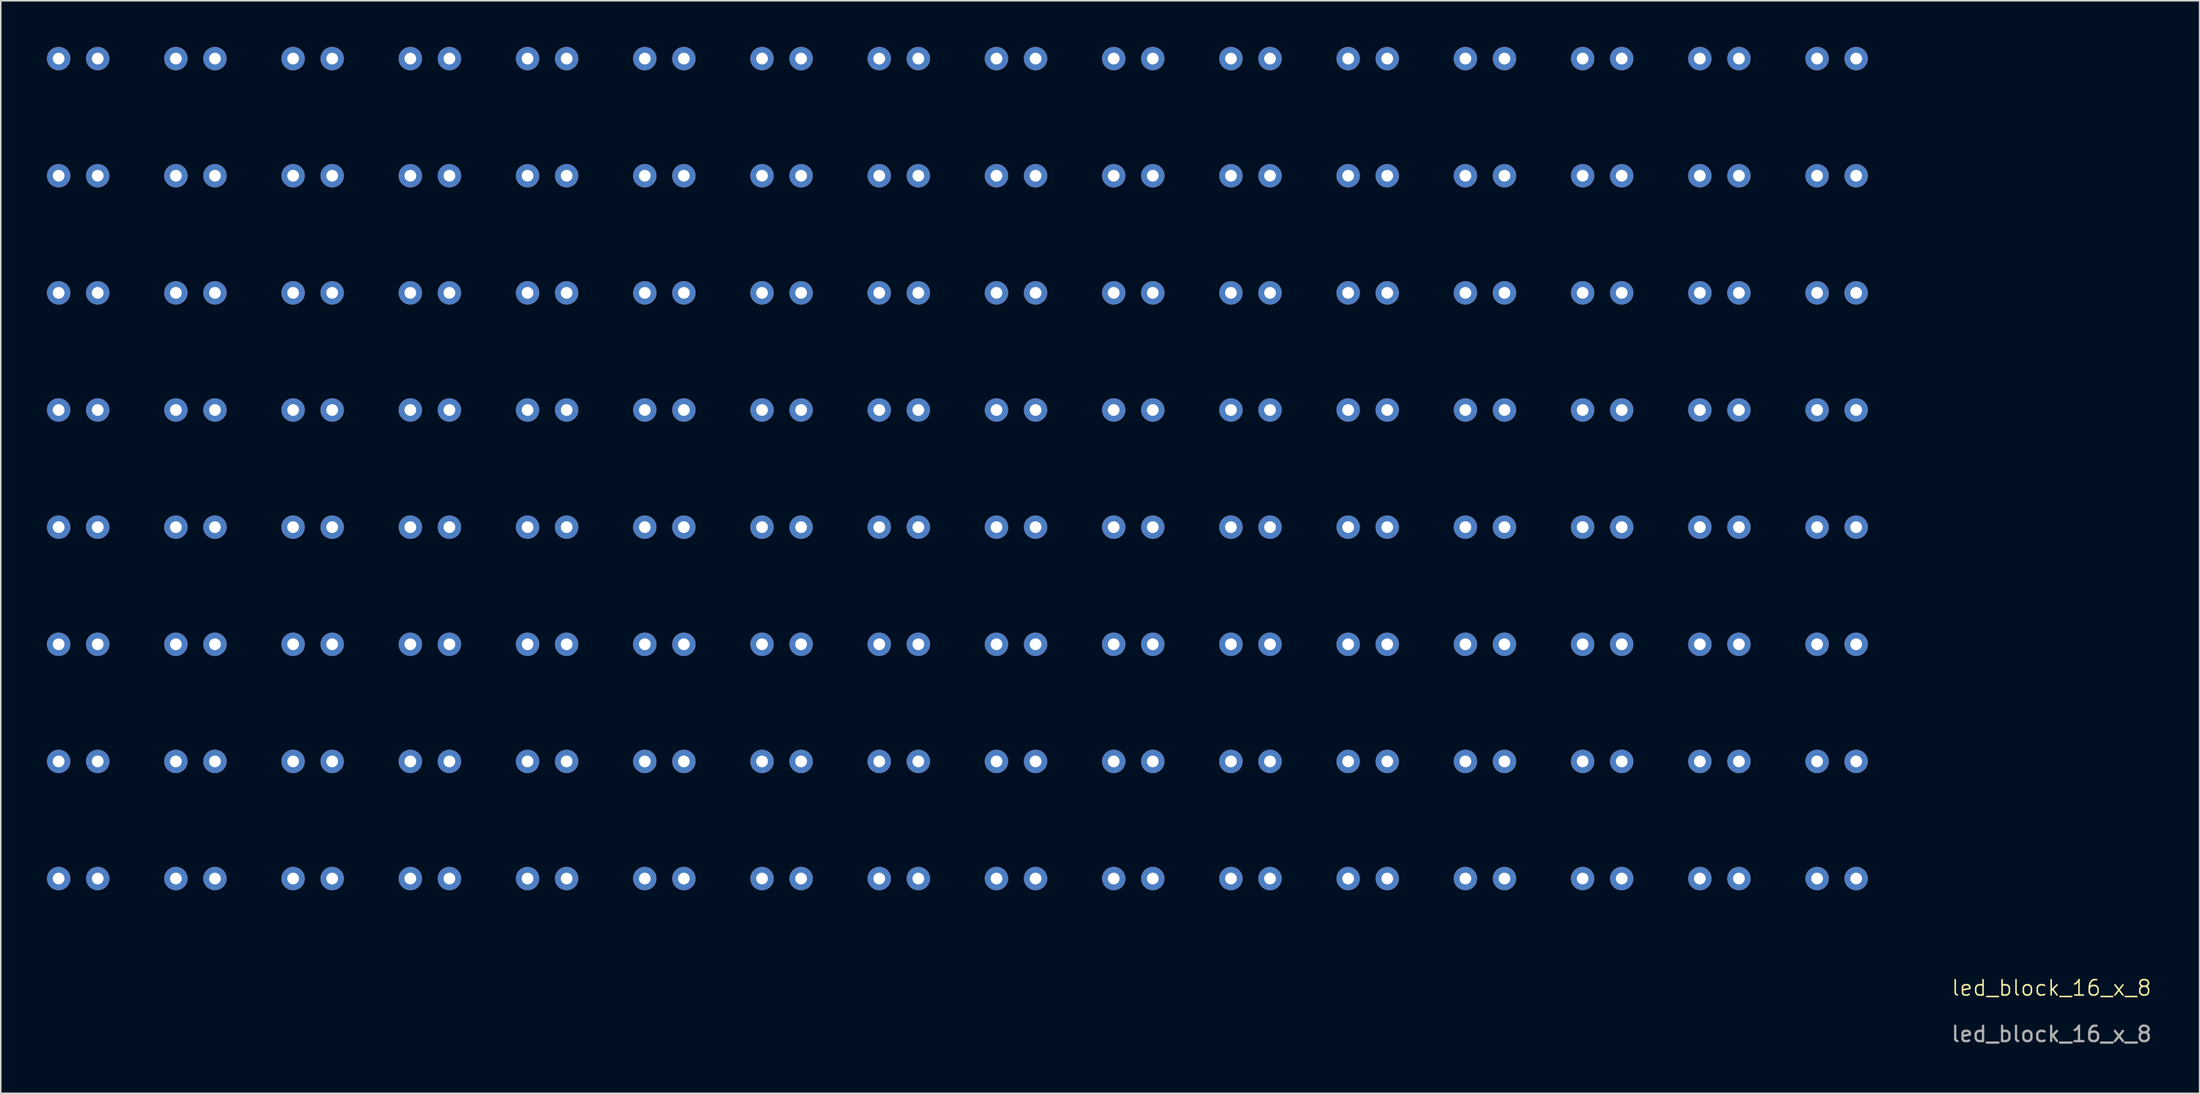
<source format=kicad_pcb>
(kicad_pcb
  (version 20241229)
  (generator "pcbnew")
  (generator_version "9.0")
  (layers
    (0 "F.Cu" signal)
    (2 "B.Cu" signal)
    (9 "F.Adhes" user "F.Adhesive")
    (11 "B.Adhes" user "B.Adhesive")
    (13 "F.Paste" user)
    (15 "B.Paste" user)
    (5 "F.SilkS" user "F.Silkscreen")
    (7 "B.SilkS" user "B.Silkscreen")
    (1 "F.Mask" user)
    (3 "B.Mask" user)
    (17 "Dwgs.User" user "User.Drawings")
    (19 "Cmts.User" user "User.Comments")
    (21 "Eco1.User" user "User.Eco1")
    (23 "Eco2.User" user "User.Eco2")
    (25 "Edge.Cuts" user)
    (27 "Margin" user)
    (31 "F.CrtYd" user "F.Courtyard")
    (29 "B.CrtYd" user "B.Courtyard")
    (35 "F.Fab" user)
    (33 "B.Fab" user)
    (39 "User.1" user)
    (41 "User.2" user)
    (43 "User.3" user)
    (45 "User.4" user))
  (footprint "led_block_16_x_8"
    (layer "F.Cu")
    (at 130.302 61.722)
    (property "Reference" "led_block_16_x_8" (at 0 -0.5 0) (unlocked yes) (layer "F.SilkS") (effects (font (size 1 1) (thickness 0.1))))
    (attr through_hole)
    (fp_text user "${REFERENCE}" (at 0 2.5 0) (unlocked yes) (layer "F.Fab") (effects (font (size 1 1) (thickness 0.15))))
    (pad "1" thru_hole circle (at -129.54 -60.96) (size 1.524 1.524) (drill 0.762) (layers "*.Cu" "*.Mask"))
    (pad "1" thru_hole circle (at -129.54 -53.34) (size 1.524 1.524) (drill 0.762) (layers "*.Cu" "*.Mask"))
    (pad "1" thru_hole circle (at -129.54 -45.72) (size 1.524 1.524) (drill 0.762) (layers "*.Cu" "*.Mask"))
    (pad "1" thru_hole circle (at -129.54 -38.1) (size 1.524 1.524) (drill 0.762) (layers "*.Cu" "*.Mask"))
    (pad "1" thru_hole circle (at -129.54 -30.48) (size 1.524 1.524) (drill 0.762) (layers "*.Cu" "*.Mask"))
    (pad "1" thru_hole circle (at -129.54 -22.86) (size 1.524 1.524) (drill 0.762) (layers "*.Cu" "*.Mask"))
    (pad "1" thru_hole circle (at -129.54 -15.24) (size 1.524 1.524) (drill 0.762) (layers "*.Cu" "*.Mask"))
    (pad "1" thru_hole circle (at -129.54 -7.62) (size 1.524 1.524) (drill 0.762) (layers "*.Cu" "*.Mask"))
    (pad "2" thru_hole circle (at -121.92 -60.96) (size 1.524 1.524) (drill 0.762) (layers "*.Cu" "*.Mask"))
    (pad "2" thru_hole circle (at -121.92 -53.34) (size 1.524 1.524) (drill 0.762) (layers "*.Cu" "*.Mask"))
    (pad "2" thru_hole circle (at -121.92 -45.72) (size 1.524 1.524) (drill 0.762) (layers "*.Cu" "*.Mask"))
    (pad "2" thru_hole circle (at -121.92 -38.1) (size 1.524 1.524) (drill 0.762) (layers "*.Cu" "*.Mask"))
    (pad "2" thru_hole circle (at -121.92 -30.48) (size 1.524 1.524) (drill 0.762) (layers "*.Cu" "*.Mask"))
    (pad "2" thru_hole circle (at -121.92 -22.86) (size 1.524 1.524) (drill 0.762) (layers "*.Cu" "*.Mask"))
    (pad "2" thru_hole circle (at -121.92 -15.24) (size 1.524 1.524) (drill 0.762) (layers "*.Cu" "*.Mask"))
    (pad "2" thru_hole circle (at -121.92 -7.62) (size 1.524 1.524) (drill 0.762) (layers "*.Cu" "*.Mask"))
    (pad "3" thru_hole circle (at -114.3 -60.96) (size 1.524 1.524) (drill 0.762) (layers "*.Cu" "*.Mask"))
    (pad "3" thru_hole circle (at -114.3 -53.34) (size 1.524 1.524) (drill 0.762) (layers "*.Cu" "*.Mask"))
    (pad "3" thru_hole circle (at -114.3 -45.72) (size 1.524 1.524) (drill 0.762) (layers "*.Cu" "*.Mask"))
    (pad "3" thru_hole circle (at -114.3 -38.1) (size 1.524 1.524) (drill 0.762) (layers "*.Cu" "*.Mask"))
    (pad "3" thru_hole circle (at -114.3 -30.48) (size 1.524 1.524) (drill 0.762) (layers "*.Cu" "*.Mask"))
    (pad "3" thru_hole circle (at -114.3 -22.86) (size 1.524 1.524) (drill 0.762) (layers "*.Cu" "*.Mask"))
    (pad "3" thru_hole circle (at -114.3 -15.24) (size 1.524 1.524) (drill 0.762) (layers "*.Cu" "*.Mask"))
    (pad "3" thru_hole circle (at -114.3 -7.62) (size 1.524 1.524) (drill 0.762) (layers "*.Cu" "*.Mask"))
    (pad "4" thru_hole circle (at -106.68 -60.96) (size 1.524 1.524) (drill 0.762) (layers "*.Cu" "*.Mask"))
    (pad "4" thru_hole circle (at -106.68 -53.34) (size 1.524 1.524) (drill 0.762) (layers "*.Cu" "*.Mask"))
    (pad "4" thru_hole circle (at -106.68 -45.72) (size 1.524 1.524) (drill 0.762) (layers "*.Cu" "*.Mask"))
    (pad "4" thru_hole circle (at -106.68 -38.1) (size 1.524 1.524) (drill 0.762) (layers "*.Cu" "*.Mask"))
    (pad "4" thru_hole circle (at -106.68 -30.48) (size 1.524 1.524) (drill 0.762) (layers "*.Cu" "*.Mask"))
    (pad "4" thru_hole circle (at -106.68 -22.86) (size 1.524 1.524) (drill 0.762) (layers "*.Cu" "*.Mask"))
    (pad "4" thru_hole circle (at -106.68 -15.24) (size 1.524 1.524) (drill 0.762) (layers "*.Cu" "*.Mask"))
    (pad "4" thru_hole circle (at -106.68 -7.62) (size 1.524 1.524) (drill 0.762) (layers "*.Cu" "*.Mask"))
    (pad "5" thru_hole circle (at -99.06 -60.96) (size 1.524 1.524) (drill 0.762) (layers "*.Cu" "*.Mask"))
    (pad "5" thru_hole circle (at -99.06 -53.34) (size 1.524 1.524) (drill 0.762) (layers "*.Cu" "*.Mask"))
    (pad "5" thru_hole circle (at -99.06 -45.72) (size 1.524 1.524) (drill 0.762) (layers "*.Cu" "*.Mask"))
    (pad "5" thru_hole circle (at -99.06 -38.1) (size 1.524 1.524) (drill 0.762) (layers "*.Cu" "*.Mask"))
    (pad "5" thru_hole circle (at -99.06 -30.48) (size 1.524 1.524) (drill 0.762) (layers "*.Cu" "*.Mask"))
    (pad "5" thru_hole circle (at -99.06 -22.86) (size 1.524 1.524) (drill 0.762) (layers "*.Cu" "*.Mask"))
    (pad "5" thru_hole circle (at -99.06 -15.24) (size 1.524 1.524) (drill 0.762) (layers "*.Cu" "*.Mask"))
    (pad "5" thru_hole circle (at -99.06 -7.62) (size 1.524 1.524) (drill 0.762) (layers "*.Cu" "*.Mask"))
    (pad "6" thru_hole circle (at -91.44 -60.96) (size 1.524 1.524) (drill 0.762) (layers "*.Cu" "*.Mask"))
    (pad "6" thru_hole circle (at -91.44 -53.34) (size 1.524 1.524) (drill 0.762) (layers "*.Cu" "*.Mask"))
    (pad "6" thru_hole circle (at -91.44 -45.72) (size 1.524 1.524) (drill 0.762) (layers "*.Cu" "*.Mask"))
    (pad "6" thru_hole circle (at -91.44 -38.1) (size 1.524 1.524) (drill 0.762) (layers "*.Cu" "*.Mask"))
    (pad "6" thru_hole circle (at -91.44 -30.48) (size 1.524 1.524) (drill 0.762) (layers "*.Cu" "*.Mask"))
    (pad "6" thru_hole circle (at -91.44 -22.86) (size 1.524 1.524) (drill 0.762) (layers "*.Cu" "*.Mask"))
    (pad "6" thru_hole circle (at -91.44 -15.24) (size 1.524 1.524) (drill 0.762) (layers "*.Cu" "*.Mask"))
    (pad "6" thru_hole circle (at -91.44 -7.62) (size 1.524 1.524) (drill 0.762) (layers "*.Cu" "*.Mask"))
    (pad "7" thru_hole circle (at -83.82 -60.96) (size 1.524 1.524) (drill 0.762) (layers "*.Cu" "*.Mask"))
    (pad "7" thru_hole circle (at -83.82 -53.34) (size 1.524 1.524) (drill 0.762) (layers "*.Cu" "*.Mask"))
    (pad "7" thru_hole circle (at -83.82 -45.72) (size 1.524 1.524) (drill 0.762) (layers "*.Cu" "*.Mask"))
    (pad "7" thru_hole circle (at -83.82 -38.1) (size 1.524 1.524) (drill 0.762) (layers "*.Cu" "*.Mask"))
    (pad "7" thru_hole circle (at -83.82 -30.48) (size 1.524 1.524) (drill 0.762) (layers "*.Cu" "*.Mask"))
    (pad "7" thru_hole circle (at -83.82 -22.86) (size 1.524 1.524) (drill 0.762) (layers "*.Cu" "*.Mask"))
    (pad "7" thru_hole circle (at -83.82 -15.24) (size 1.524 1.524) (drill 0.762) (layers "*.Cu" "*.Mask"))
    (pad "7" thru_hole circle (at -83.82 -7.62) (size 1.524 1.524) (drill 0.762) (layers "*.Cu" "*.Mask"))
    (pad "8" thru_hole circle (at -76.2 -60.96) (size 1.524 1.524) (drill 0.762) (layers "*.Cu" "*.Mask"))
    (pad "8" thru_hole circle (at -76.2 -53.34) (size 1.524 1.524) (drill 0.762) (layers "*.Cu" "*.Mask"))
    (pad "8" thru_hole circle (at -76.2 -45.72) (size 1.524 1.524) (drill 0.762) (layers "*.Cu" "*.Mask"))
    (pad "8" thru_hole circle (at -76.2 -38.1) (size 1.524 1.524) (drill 0.762) (layers "*.Cu" "*.Mask"))
    (pad "8" thru_hole circle (at -76.2 -30.48) (size 1.524 1.524) (drill 0.762) (layers "*.Cu" "*.Mask"))
    (pad "8" thru_hole circle (at -76.2 -22.86) (size 1.524 1.524) (drill 0.762) (layers "*.Cu" "*.Mask"))
    (pad "8" thru_hole circle (at -76.2 -15.24) (size 1.524 1.524) (drill 0.762) (layers "*.Cu" "*.Mask"))
    (pad "8" thru_hole circle (at -76.2 -7.62) (size 1.524 1.524) (drill 0.762) (layers "*.Cu" "*.Mask"))
    (pad "9" thru_hole circle (at -68.58 -60.96) (size 1.524 1.524) (drill 0.762) (layers "*.Cu" "*.Mask"))
    (pad "9" thru_hole circle (at -68.58 -53.34) (size 1.524 1.524) (drill 0.762) (layers "*.Cu" "*.Mask"))
    (pad "9" thru_hole circle (at -68.58 -45.72) (size 1.524 1.524) (drill 0.762) (layers "*.Cu" "*.Mask"))
    (pad "9" thru_hole circle (at -68.58 -38.1) (size 1.524 1.524) (drill 0.762) (layers "*.Cu" "*.Mask"))
    (pad "9" thru_hole circle (at -68.58 -30.48) (size 1.524 1.524) (drill 0.762) (layers "*.Cu" "*.Mask"))
    (pad "9" thru_hole circle (at -68.58 -22.86) (size 1.524 1.524) (drill 0.762) (layers "*.Cu" "*.Mask"))
    (pad "9" thru_hole circle (at -68.58 -15.24) (size 1.524 1.524) (drill 0.762) (layers "*.Cu" "*.Mask"))
    (pad "9" thru_hole circle (at -68.58 -7.62) (size 1.524 1.524) (drill 0.762) (layers "*.Cu" "*.Mask"))
    (pad "10" thru_hole circle (at -60.96 -60.96) (size 1.524 1.524) (drill 0.762) (layers "*.Cu" "*.Mask"))
    (pad "10" thru_hole circle (at -60.96 -53.34) (size 1.524 1.524) (drill 0.762) (layers "*.Cu" "*.Mask"))
    (pad "10" thru_hole circle (at -60.96 -45.72) (size 1.524 1.524) (drill 0.762) (layers "*.Cu" "*.Mask"))
    (pad "10" thru_hole circle (at -60.96 -38.1) (size 1.524 1.524) (drill 0.762) (layers "*.Cu" "*.Mask"))
    (pad "10" thru_hole circle (at -60.96 -30.48) (size 1.524 1.524) (drill 0.762) (layers "*.Cu" "*.Mask"))
    (pad "10" thru_hole circle (at -60.96 -22.86) (size 1.524 1.524) (drill 0.762) (layers "*.Cu" "*.Mask"))
    (pad "10" thru_hole circle (at -60.96 -15.24) (size 1.524 1.524) (drill 0.762) (layers "*.Cu" "*.Mask"))
    (pad "10" thru_hole circle (at -60.96 -7.62) (size 1.524 1.524) (drill 0.762) (layers "*.Cu" "*.Mask"))
    (pad "11" thru_hole circle (at -53.34 -60.96) (size 1.524 1.524) (drill 0.762) (layers "*.Cu" "*.Mask"))
    (pad "11" thru_hole circle (at -53.34 -53.34) (size 1.524 1.524) (drill 0.762) (layers "*.Cu" "*.Mask"))
    (pad "11" thru_hole circle (at -53.34 -45.72) (size 1.524 1.524) (drill 0.762) (layers "*.Cu" "*.Mask"))
    (pad "11" thru_hole circle (at -53.34 -38.1) (size 1.524 1.524) (drill 0.762) (layers "*.Cu" "*.Mask"))
    (pad "11" thru_hole circle (at -53.34 -30.48) (size 1.524 1.524) (drill 0.762) (layers "*.Cu" "*.Mask"))
    (pad "11" thru_hole circle (at -53.34 -22.86) (size 1.524 1.524) (drill 0.762) (layers "*.Cu" "*.Mask"))
    (pad "11" thru_hole circle (at -53.34 -15.24) (size 1.524 1.524) (drill 0.762) (layers "*.Cu" "*.Mask"))
    (pad "11" thru_hole circle (at -53.34 -7.62) (size 1.524 1.524) (drill 0.762) (layers "*.Cu" "*.Mask"))
    (pad "12" thru_hole circle (at -45.72 -60.96) (size 1.524 1.524) (drill 0.762) (layers "*.Cu" "*.Mask"))
    (pad "12" thru_hole circle (at -45.72 -53.34) (size 1.524 1.524) (drill 0.762) (layers "*.Cu" "*.Mask"))
    (pad "12" thru_hole circle (at -45.72 -45.72) (size 1.524 1.524) (drill 0.762) (layers "*.Cu" "*.Mask"))
    (pad "12" thru_hole circle (at -45.72 -38.1) (size 1.524 1.524) (drill 0.762) (layers "*.Cu" "*.Mask"))
    (pad "12" thru_hole circle (at -45.72 -30.48) (size 1.524 1.524) (drill 0.762) (layers "*.Cu" "*.Mask"))
    (pad "12" thru_hole circle (at -45.72 -22.86) (size 1.524 1.524) (drill 0.762) (layers "*.Cu" "*.Mask"))
    (pad "12" thru_hole circle (at -45.72 -15.24) (size 1.524 1.524) (drill 0.762) (layers "*.Cu" "*.Mask"))
    (pad "12" thru_hole circle (at -45.72 -7.62) (size 1.524 1.524) (drill 0.762) (layers "*.Cu" "*.Mask"))
    (pad "13" thru_hole circle (at -38.1 -60.96) (size 1.524 1.524) (drill 0.762) (layers "*.Cu" "*.Mask"))
    (pad "13" thru_hole circle (at -38.1 -53.34) (size 1.524 1.524) (drill 0.762) (layers "*.Cu" "*.Mask"))
    (pad "13" thru_hole circle (at -38.1 -45.72) (size 1.524 1.524) (drill 0.762) (layers "*.Cu" "*.Mask"))
    (pad "13" thru_hole circle (at -38.1 -38.1) (size 1.524 1.524) (drill 0.762) (layers "*.Cu" "*.Mask"))
    (pad "13" thru_hole circle (at -38.1 -30.48) (size 1.524 1.524) (drill 0.762) (layers "*.Cu" "*.Mask"))
    (pad "13" thru_hole circle (at -38.1 -22.86) (size 1.524 1.524) (drill 0.762) (layers "*.Cu" "*.Mask"))
    (pad "13" thru_hole circle (at -38.1 -15.24) (size 1.524 1.524) (drill 0.762) (layers "*.Cu" "*.Mask"))
    (pad "13" thru_hole circle (at -38.1 -7.62) (size 1.524 1.524) (drill 0.762) (layers "*.Cu" "*.Mask"))
    (pad "14" thru_hole circle (at -30.48 -60.96) (size 1.524 1.524) (drill 0.762) (layers "*.Cu" "*.Mask"))
    (pad "14" thru_hole circle (at -30.48 -53.34) (size 1.524 1.524) (drill 0.762) (layers "*.Cu" "*.Mask"))
    (pad "14" thru_hole circle (at -30.48 -45.72) (size 1.524 1.524) (drill 0.762) (layers "*.Cu" "*.Mask"))
    (pad "14" thru_hole circle (at -30.48 -38.1) (size 1.524 1.524) (drill 0.762) (layers "*.Cu" "*.Mask"))
    (pad "14" thru_hole circle (at -30.48 -30.48) (size 1.524 1.524) (drill 0.762) (layers "*.Cu" "*.Mask"))
    (pad "14" thru_hole circle (at -30.48 -22.86) (size 1.524 1.524) (drill 0.762) (layers "*.Cu" "*.Mask"))
    (pad "14" thru_hole circle (at -30.48 -15.24) (size 1.524 1.524) (drill 0.762) (layers "*.Cu" "*.Mask"))
    (pad "14" thru_hole circle (at -30.48 -7.62) (size 1.524 1.524) (drill 0.762) (layers "*.Cu" "*.Mask"))
    (pad "15" thru_hole circle (at -22.86 -60.96) (size 1.524 1.524) (drill 0.762) (layers "*.Cu" "*.Mask"))
    (pad "15" thru_hole circle (at -22.86 -53.34) (size 1.524 1.524) (drill 0.762) (layers "*.Cu" "*.Mask"))
    (pad "15" thru_hole circle (at -22.86 -45.72) (size 1.524 1.524) (drill 0.762) (layers "*.Cu" "*.Mask"))
    (pad "15" thru_hole circle (at -22.86 -38.1) (size 1.524 1.524) (drill 0.762) (layers "*.Cu" "*.Mask"))
    (pad "15" thru_hole circle (at -22.86 -30.48) (size 1.524 1.524) (drill 0.762) (layers "*.Cu" "*.Mask"))
    (pad "15" thru_hole circle (at -22.86 -22.86) (size 1.524 1.524) (drill 0.762) (layers "*.Cu" "*.Mask"))
    (pad "15" thru_hole circle (at -22.86 -15.24) (size 1.524 1.524) (drill 0.762) (layers "*.Cu" "*.Mask"))
    (pad "15" thru_hole circle (at -22.86 -7.62) (size 1.524 1.524) (drill 0.762) (layers "*.Cu" "*.Mask"))
    (pad "16" thru_hole circle (at -15.24 -60.96) (size 1.524 1.524) (drill 0.762) (layers "*.Cu" "*.Mask"))
    (pad "16" thru_hole circle (at -15.24 -53.34) (size 1.524 1.524) (drill 0.762) (layers "*.Cu" "*.Mask"))
    (pad "16" thru_hole circle (at -15.24 -45.72) (size 1.524 1.524) (drill 0.762) (layers "*.Cu" "*.Mask"))
    (pad "16" thru_hole circle (at -15.24 -38.1) (size 1.524 1.524) (drill 0.762) (layers "*.Cu" "*.Mask"))
    (pad "16" thru_hole circle (at -15.24 -30.48) (size 1.524 1.524) (drill 0.762) (layers "*.Cu" "*.Mask"))
    (pad "16" thru_hole circle (at -15.24 -22.86) (size 1.524 1.524) (drill 0.762) (layers "*.Cu" "*.Mask"))
    (pad "16" thru_hole circle (at -15.24 -15.24) (size 1.524 1.524) (drill 0.762) (layers "*.Cu" "*.Mask"))
    (pad "16" thru_hole circle (at -15.24 -7.62) (size 1.524 1.524) (drill 0.762) (layers "*.Cu" "*.Mask"))
    (pad "17" thru_hole circle (at -127 -60.96) (size 1.524 1.524) (drill 0.762) (layers "*.Cu" "*.Mask"))
    (pad "17" thru_hole circle (at -119.38 -60.96) (size 1.524 1.524) (drill 0.762) (layers "*.Cu" "*.Mask"))
    (pad "17" thru_hole circle (at -111.76 -60.96) (size 1.524 1.524) (drill 0.762) (layers "*.Cu" "*.Mask"))
    (pad "17" thru_hole circle (at -104.14 -60.96) (size 1.524 1.524) (drill 0.762) (layers "*.Cu" "*.Mask"))
    (pad "17" thru_hole circle (at -96.52 -60.96) (size 1.524 1.524) (drill 0.762) (layers "*.Cu" "*.Mask"))
    (pad "17" thru_hole circle (at -88.9 -60.96) (size 1.524 1.524) (drill 0.762) (layers "*.Cu" "*.Mask"))
    (pad "17" thru_hole circle (at -81.28 -60.96) (size 1.524 1.524) (drill 0.762) (layers "*.Cu" "*.Mask"))
    (pad "17" thru_hole circle (at -73.66 -60.96) (size 1.524 1.524) (drill 0.762) (layers "*.Cu" "*.Mask"))
    (pad "17" thru_hole circle (at -66.04 -60.96) (size 1.524 1.524) (drill 0.762) (layers "*.Cu" "*.Mask"))
    (pad "17" thru_hole circle (at -58.42 -60.96) (size 1.524 1.524) (drill 0.762) (layers "*.Cu" "*.Mask"))
    (pad "17" thru_hole circle (at -50.8 -60.96) (size 1.524 1.524) (drill 0.762) (layers "*.Cu" "*.Mask"))
    (pad "17" thru_hole circle (at -43.18 -60.96) (size 1.524 1.524) (drill 0.762) (layers "*.Cu" "*.Mask"))
    (pad "17" thru_hole circle (at -35.56 -60.96) (size 1.524 1.524) (drill 0.762) (layers "*.Cu" "*.Mask"))
    (pad "17" thru_hole circle (at -27.94 -60.96) (size 1.524 1.524) (drill 0.762) (layers "*.Cu" "*.Mask"))
    (pad "17" thru_hole circle (at -20.32 -60.96) (size 1.524 1.524) (drill 0.762) (layers "*.Cu" "*.Mask"))
    (pad "17" thru_hole circle (at -12.7 -60.96) (size 1.524 1.524) (drill 0.762) (layers "*.Cu" "*.Mask"))
    (pad "18" thru_hole circle (at -127 -53.34) (size 1.524 1.524) (drill 0.762) (layers "*.Cu" "*.Mask"))
    (pad "18" thru_hole circle (at -119.38 -53.34) (size 1.524 1.524) (drill 0.762) (layers "*.Cu" "*.Mask"))
    (pad "18" thru_hole circle (at -111.76 -53.34) (size 1.524 1.524) (drill 0.762) (layers "*.Cu" "*.Mask"))
    (pad "18" thru_hole circle (at -104.14 -53.34) (size 1.524 1.524) (drill 0.762) (layers "*.Cu" "*.Mask"))
    (pad "18" thru_hole circle (at -96.52 -53.34) (size 1.524 1.524) (drill 0.762) (layers "*.Cu" "*.Mask"))
    (pad "18" thru_hole circle (at -88.9 -53.34) (size 1.524 1.524) (drill 0.762) (layers "*.Cu" "*.Mask"))
    (pad "18" thru_hole circle (at -81.28 -53.34) (size 1.524 1.524) (drill 0.762) (layers "*.Cu" "*.Mask"))
    (pad "18" thru_hole circle (at -73.66 -53.34) (size 1.524 1.524) (drill 0.762) (layers "*.Cu" "*.Mask"))
    (pad "18" thru_hole circle (at -66.04 -53.34) (size 1.524 1.524) (drill 0.762) (layers "*.Cu" "*.Mask"))
    (pad "18" thru_hole circle (at -58.42 -53.34) (size 1.524 1.524) (drill 0.762) (layers "*.Cu" "*.Mask"))
    (pad "18" thru_hole circle (at -50.8 -53.34) (size 1.524 1.524) (drill 0.762) (layers "*.Cu" "*.Mask"))
    (pad "18" thru_hole circle (at -43.18 -53.34) (size 1.524 1.524) (drill 0.762) (layers "*.Cu" "*.Mask"))
    (pad "18" thru_hole circle (at -35.56 -53.34) (size 1.524 1.524) (drill 0.762) (layers "*.Cu" "*.Mask"))
    (pad "18" thru_hole circle (at -27.94 -53.34) (size 1.524 1.524) (drill 0.762) (layers "*.Cu" "*.Mask"))
    (pad "18" thru_hole circle (at -20.32 -53.34) (size 1.524 1.524) (drill 0.762) (layers "*.Cu" "*.Mask"))
    (pad "18" thru_hole circle (at -12.7 -53.34) (size 1.524 1.524) (drill 0.762) (layers "*.Cu" "*.Mask"))
    (pad "19" thru_hole circle (at -127 -45.72) (size 1.524 1.524) (drill 0.762) (layers "*.Cu" "*.Mask"))
    (pad "19" thru_hole circle (at -119.38 -45.72) (size 1.524 1.524) (drill 0.762) (layers "*.Cu" "*.Mask"))
    (pad "19" thru_hole circle (at -111.76 -45.72) (size 1.524 1.524) (drill 0.762) (layers "*.Cu" "*.Mask"))
    (pad "19" thru_hole circle (at -104.14 -45.72) (size 1.524 1.524) (drill 0.762) (layers "*.Cu" "*.Mask"))
    (pad "19" thru_hole circle (at -96.52 -45.72) (size 1.524 1.524) (drill 0.762) (layers "*.Cu" "*.Mask"))
    (pad "19" thru_hole circle (at -88.9 -45.72) (size 1.524 1.524) (drill 0.762) (layers "*.Cu" "*.Mask"))
    (pad "19" thru_hole circle (at -81.28 -45.72) (size 1.524 1.524) (drill 0.762) (layers "*.Cu" "*.Mask"))
    (pad "19" thru_hole circle (at -73.66 -45.72) (size 1.524 1.524) (drill 0.762) (layers "*.Cu" "*.Mask"))
    (pad "19" thru_hole circle (at -66.04 -45.72) (size 1.524 1.524) (drill 0.762) (layers "*.Cu" "*.Mask"))
    (pad "19" thru_hole circle (at -58.42 -45.72) (size 1.524 1.524) (drill 0.762) (layers "*.Cu" "*.Mask"))
    (pad "19" thru_hole circle (at -50.8 -45.72) (size 1.524 1.524) (drill 0.762) (layers "*.Cu" "*.Mask"))
    (pad "19" thru_hole circle (at -43.18 -45.72) (size 1.524 1.524) (drill 0.762) (layers "*.Cu" "*.Mask"))
    (pad "19" thru_hole circle (at -35.56 -45.72) (size 1.524 1.524) (drill 0.762) (layers "*.Cu" "*.Mask"))
    (pad "19" thru_hole circle (at -27.94 -45.72) (size 1.524 1.524) (drill 0.762) (layers "*.Cu" "*.Mask"))
    (pad "19" thru_hole circle (at -20.32 -45.72) (size 1.524 1.524) (drill 0.762) (layers "*.Cu" "*.Mask"))
    (pad "19" thru_hole circle (at -12.7 -45.72) (size 1.524 1.524) (drill 0.762) (layers "*.Cu" "*.Mask"))
    (pad "20" thru_hole circle (at -127 -38.1) (size 1.524 1.524) (drill 0.762) (layers "*.Cu" "*.Mask"))
    (pad "20" thru_hole circle (at -119.38 -38.1) (size 1.524 1.524) (drill 0.762) (layers "*.Cu" "*.Mask"))
    (pad "20" thru_hole circle (at -111.76 -38.1) (size 1.524 1.524) (drill 0.762) (layers "*.Cu" "*.Mask"))
    (pad "20" thru_hole circle (at -104.14 -38.1) (size 1.524 1.524) (drill 0.762) (layers "*.Cu" "*.Mask"))
    (pad "20" thru_hole circle (at -96.52 -38.1) (size 1.524 1.524) (drill 0.762) (layers "*.Cu" "*.Mask"))
    (pad "20" thru_hole circle (at -88.9 -38.1) (size 1.524 1.524) (drill 0.762) (layers "*.Cu" "*.Mask"))
    (pad "20" thru_hole circle (at -81.28 -38.1) (size 1.524 1.524) (drill 0.762) (layers "*.Cu" "*.Mask"))
    (pad "20" thru_hole circle (at -73.66 -38.1) (size 1.524 1.524) (drill 0.762) (layers "*.Cu" "*.Mask"))
    (pad "20" thru_hole circle (at -66.04 -38.1) (size 1.524 1.524) (drill 0.762) (layers "*.Cu" "*.Mask"))
    (pad "20" thru_hole circle (at -58.42 -38.1) (size 1.524 1.524) (drill 0.762) (layers "*.Cu" "*.Mask"))
    (pad "20" thru_hole circle (at -50.8 -38.1) (size 1.524 1.524) (drill 0.762) (layers "*.Cu" "*.Mask"))
    (pad "20" thru_hole circle (at -43.18 -38.1) (size 1.524 1.524) (drill 0.762) (layers "*.Cu" "*.Mask"))
    (pad "20" thru_hole circle (at -35.56 -38.1) (size 1.524 1.524) (drill 0.762) (layers "*.Cu" "*.Mask"))
    (pad "20" thru_hole circle (at -27.94 -38.1) (size 1.524 1.524) (drill 0.762) (layers "*.Cu" "*.Mask"))
    (pad "20" thru_hole circle (at -20.32 -38.1) (size 1.524 1.524) (drill 0.762) (layers "*.Cu" "*.Mask"))
    (pad "20" thru_hole circle (at -12.7 -38.1) (size 1.524 1.524) (drill 0.762) (layers "*.Cu" "*.Mask"))
    (pad "21" thru_hole circle (at -127 -30.48) (size 1.524 1.524) (drill 0.762) (layers "*.Cu" "*.Mask"))
    (pad "21" thru_hole circle (at -119.38 -30.48) (size 1.524 1.524) (drill 0.762) (layers "*.Cu" "*.Mask"))
    (pad "21" thru_hole circle (at -111.76 -30.48) (size 1.524 1.524) (drill 0.762) (layers "*.Cu" "*.Mask"))
    (pad "21" thru_hole circle (at -104.14 -30.48) (size 1.524 1.524) (drill 0.762) (layers "*.Cu" "*.Mask"))
    (pad "21" thru_hole circle (at -96.52 -30.48) (size 1.524 1.524) (drill 0.762) (layers "*.Cu" "*.Mask"))
    (pad "21" thru_hole circle (at -88.9 -30.48) (size 1.524 1.524) (drill 0.762) (layers "*.Cu" "*.Mask"))
    (pad "21" thru_hole circle (at -81.28 -30.48) (size 1.524 1.524) (drill 0.762) (layers "*.Cu" "*.Mask"))
    (pad "21" thru_hole circle (at -73.66 -30.48) (size 1.524 1.524) (drill 0.762) (layers "*.Cu" "*.Mask"))
    (pad "21" thru_hole circle (at -66.04 -30.48) (size 1.524 1.524) (drill 0.762) (layers "*.Cu" "*.Mask"))
    (pad "21" thru_hole circle (at -58.42 -30.48) (size 1.524 1.524) (drill 0.762) (layers "*.Cu" "*.Mask"))
    (pad "21" thru_hole circle (at -50.8 -30.48) (size 1.524 1.524) (drill 0.762) (layers "*.Cu" "*.Mask"))
    (pad "21" thru_hole circle (at -43.18 -30.48) (size 1.524 1.524) (drill 0.762) (layers "*.Cu" "*.Mask"))
    (pad "21" thru_hole circle (at -35.56 -30.48) (size 1.524 1.524) (drill 0.762) (layers "*.Cu" "*.Mask"))
    (pad "21" thru_hole circle (at -27.94 -30.48) (size 1.524 1.524) (drill 0.762) (layers "*.Cu" "*.Mask"))
    (pad "21" thru_hole circle (at -20.32 -30.48) (size 1.524 1.524) (drill 0.762) (layers "*.Cu" "*.Mask"))
    (pad "21" thru_hole circle (at -12.7 -30.48) (size 1.524 1.524) (drill 0.762) (layers "*.Cu" "*.Mask"))
    (pad "22" thru_hole circle (at -127 -22.86) (size 1.524 1.524) (drill 0.762) (layers "*.Cu" "*.Mask"))
    (pad "22" thru_hole circle (at -119.38 -22.86) (size 1.524 1.524) (drill 0.762) (layers "*.Cu" "*.Mask"))
    (pad "22" thru_hole circle (at -111.76 -22.86) (size 1.524 1.524) (drill 0.762) (layers "*.Cu" "*.Mask"))
    (pad "22" thru_hole circle (at -104.14 -22.86) (size 1.524 1.524) (drill 0.762) (layers "*.Cu" "*.Mask"))
    (pad "22" thru_hole circle (at -96.52 -22.86) (size 1.524 1.524) (drill 0.762) (layers "*.Cu" "*.Mask"))
    (pad "22" thru_hole circle (at -88.9 -22.86) (size 1.524 1.524) (drill 0.762) (layers "*.Cu" "*.Mask"))
    (pad "22" thru_hole circle (at -81.28 -22.86) (size 1.524 1.524) (drill 0.762) (layers "*.Cu" "*.Mask"))
    (pad "22" thru_hole circle (at -73.66 -22.86) (size 1.524 1.524) (drill 0.762) (layers "*.Cu" "*.Mask"))
    (pad "22" thru_hole circle (at -66.04 -22.86) (size 1.524 1.524) (drill 0.762) (layers "*.Cu" "*.Mask"))
    (pad "22" thru_hole circle (at -58.42 -22.86) (size 1.524 1.524) (drill 0.762) (layers "*.Cu" "*.Mask"))
    (pad "22" thru_hole circle (at -50.8 -22.86) (size 1.524 1.524) (drill 0.762) (layers "*.Cu" "*.Mask"))
    (pad "22" thru_hole circle (at -43.18 -22.86) (size 1.524 1.524) (drill 0.762) (layers "*.Cu" "*.Mask"))
    (pad "22" thru_hole circle (at -35.56 -22.86) (size 1.524 1.524) (drill 0.762) (layers "*.Cu" "*.Mask"))
    (pad "22" thru_hole circle (at -27.94 -22.86) (size 1.524 1.524) (drill 0.762) (layers "*.Cu" "*.Mask"))
    (pad "22" thru_hole circle (at -20.32 -22.86) (size 1.524 1.524) (drill 0.762) (layers "*.Cu" "*.Mask"))
    (pad "22" thru_hole circle (at -12.7 -22.86) (size 1.524 1.524) (drill 0.762) (layers "*.Cu" "*.Mask"))
    (pad "23" thru_hole circle (at -127 -15.24) (size 1.524 1.524) (drill 0.762) (layers "*.Cu" "*.Mask"))
    (pad "23" thru_hole circle (at -119.38 -15.24) (size 1.524 1.524) (drill 0.762) (layers "*.Cu" "*.Mask"))
    (pad "23" thru_hole circle (at -111.76 -15.24) (size 1.524 1.524) (drill 0.762) (layers "*.Cu" "*.Mask"))
    (pad "23" thru_hole circle (at -104.14 -15.24) (size 1.524 1.524) (drill 0.762) (layers "*.Cu" "*.Mask"))
    (pad "23" thru_hole circle (at -96.52 -15.24) (size 1.524 1.524) (drill 0.762) (layers "*.Cu" "*.Mask"))
    (pad "23" thru_hole circle (at -88.9 -15.24) (size 1.524 1.524) (drill 0.762) (layers "*.Cu" "*.Mask"))
    (pad "23" thru_hole circle (at -81.28 -15.24) (size 1.524 1.524) (drill 0.762) (layers "*.Cu" "*.Mask"))
    (pad "23" thru_hole circle (at -73.66 -15.24) (size 1.524 1.524) (drill 0.762) (layers "*.Cu" "*.Mask"))
    (pad "23" thru_hole circle (at -66.04 -15.24) (size 1.524 1.524) (drill 0.762) (layers "*.Cu" "*.Mask"))
    (pad "23" thru_hole circle (at -58.42 -15.24) (size 1.524 1.524) (drill 0.762) (layers "*.Cu" "*.Mask"))
    (pad "23" thru_hole circle (at -50.8 -15.24) (size 1.524 1.524) (drill 0.762) (layers "*.Cu" "*.Mask"))
    (pad "23" thru_hole circle (at -43.18 -15.24) (size 1.524 1.524) (drill 0.762) (layers "*.Cu" "*.Mask"))
    (pad "23" thru_hole circle (at -35.56 -15.24) (size 1.524 1.524) (drill 0.762) (layers "*.Cu" "*.Mask"))
    (pad "23" thru_hole circle (at -27.94 -15.24) (size 1.524 1.524) (drill 0.762) (layers "*.Cu" "*.Mask"))
    (pad "23" thru_hole circle (at -20.32 -15.24) (size 1.524 1.524) (drill 0.762) (layers "*.Cu" "*.Mask"))
    (pad "23" thru_hole circle (at -12.7 -15.24) (size 1.524 1.524) (drill 0.762) (layers "*.Cu" "*.Mask"))
    (pad "24" thru_hole circle (at -127 -7.62) (size 1.524 1.524) (drill 0.762) (layers "*.Cu" "*.Mask"))
    (pad "24" thru_hole circle (at -119.38 -7.62) (size 1.524 1.524) (drill 0.762) (layers "*.Cu" "*.Mask"))
    (pad "24" thru_hole circle (at -111.76 -7.62) (size 1.524 1.524) (drill 0.762) (layers "*.Cu" "*.Mask"))
    (pad "24" thru_hole circle (at -104.14 -7.62) (size 1.524 1.524) (drill 0.762) (layers "*.Cu" "*.Mask"))
    (pad "24" thru_hole circle (at -96.52 -7.62) (size 1.524 1.524) (drill 0.762) (layers "*.Cu" "*.Mask"))
    (pad "24" thru_hole circle (at -88.9 -7.62) (size 1.524 1.524) (drill 0.762) (layers "*.Cu" "*.Mask"))
    (pad "24" thru_hole circle (at -81.28 -7.62) (size 1.524 1.524) (drill 0.762) (layers "*.Cu" "*.Mask"))
    (pad "24" thru_hole circle (at -73.66 -7.62) (size 1.524 1.524) (drill 0.762) (layers "*.Cu" "*.Mask"))
    (pad "24" thru_hole circle (at -66.04 -7.62) (size 1.524 1.524) (drill 0.762) (layers "*.Cu" "*.Mask"))
    (pad "24" thru_hole circle (at -58.42 -7.62) (size 1.524 1.524) (drill 0.762) (layers "*.Cu" "*.Mask"))
    (pad "24" thru_hole circle (at -50.8 -7.62) (size 1.524 1.524) (drill 0.762) (layers "*.Cu" "*.Mask"))
    (pad "24" thru_hole circle (at -43.18 -7.62) (size 1.524 1.524) (drill 0.762) (layers "*.Cu" "*.Mask"))
    (pad "24" thru_hole circle (at -35.56 -7.62) (size 1.524 1.524) (drill 0.762) (layers "*.Cu" "*.Mask"))
    (pad "24" thru_hole circle (at -27.94 -7.62) (size 1.524 1.524) (drill 0.762) (layers "*.Cu" "*.Mask"))
    (pad "24" thru_hole circle (at -20.32 -7.62) (size 1.524 1.524) (drill 0.762) (layers "*.Cu" "*.Mask"))
    (pad "24" thru_hole circle (at -12.7 -7.62) (size 1.524 1.524) (drill 0.762) (layers "*.Cu" "*.Mask")))
  (gr_rect
    (start -3 -3)
    (end 139.927 68.07)
    (stroke (width 0.1) (type default))
    (fill no)
    (layer "Edge.Cuts")))
</source>
